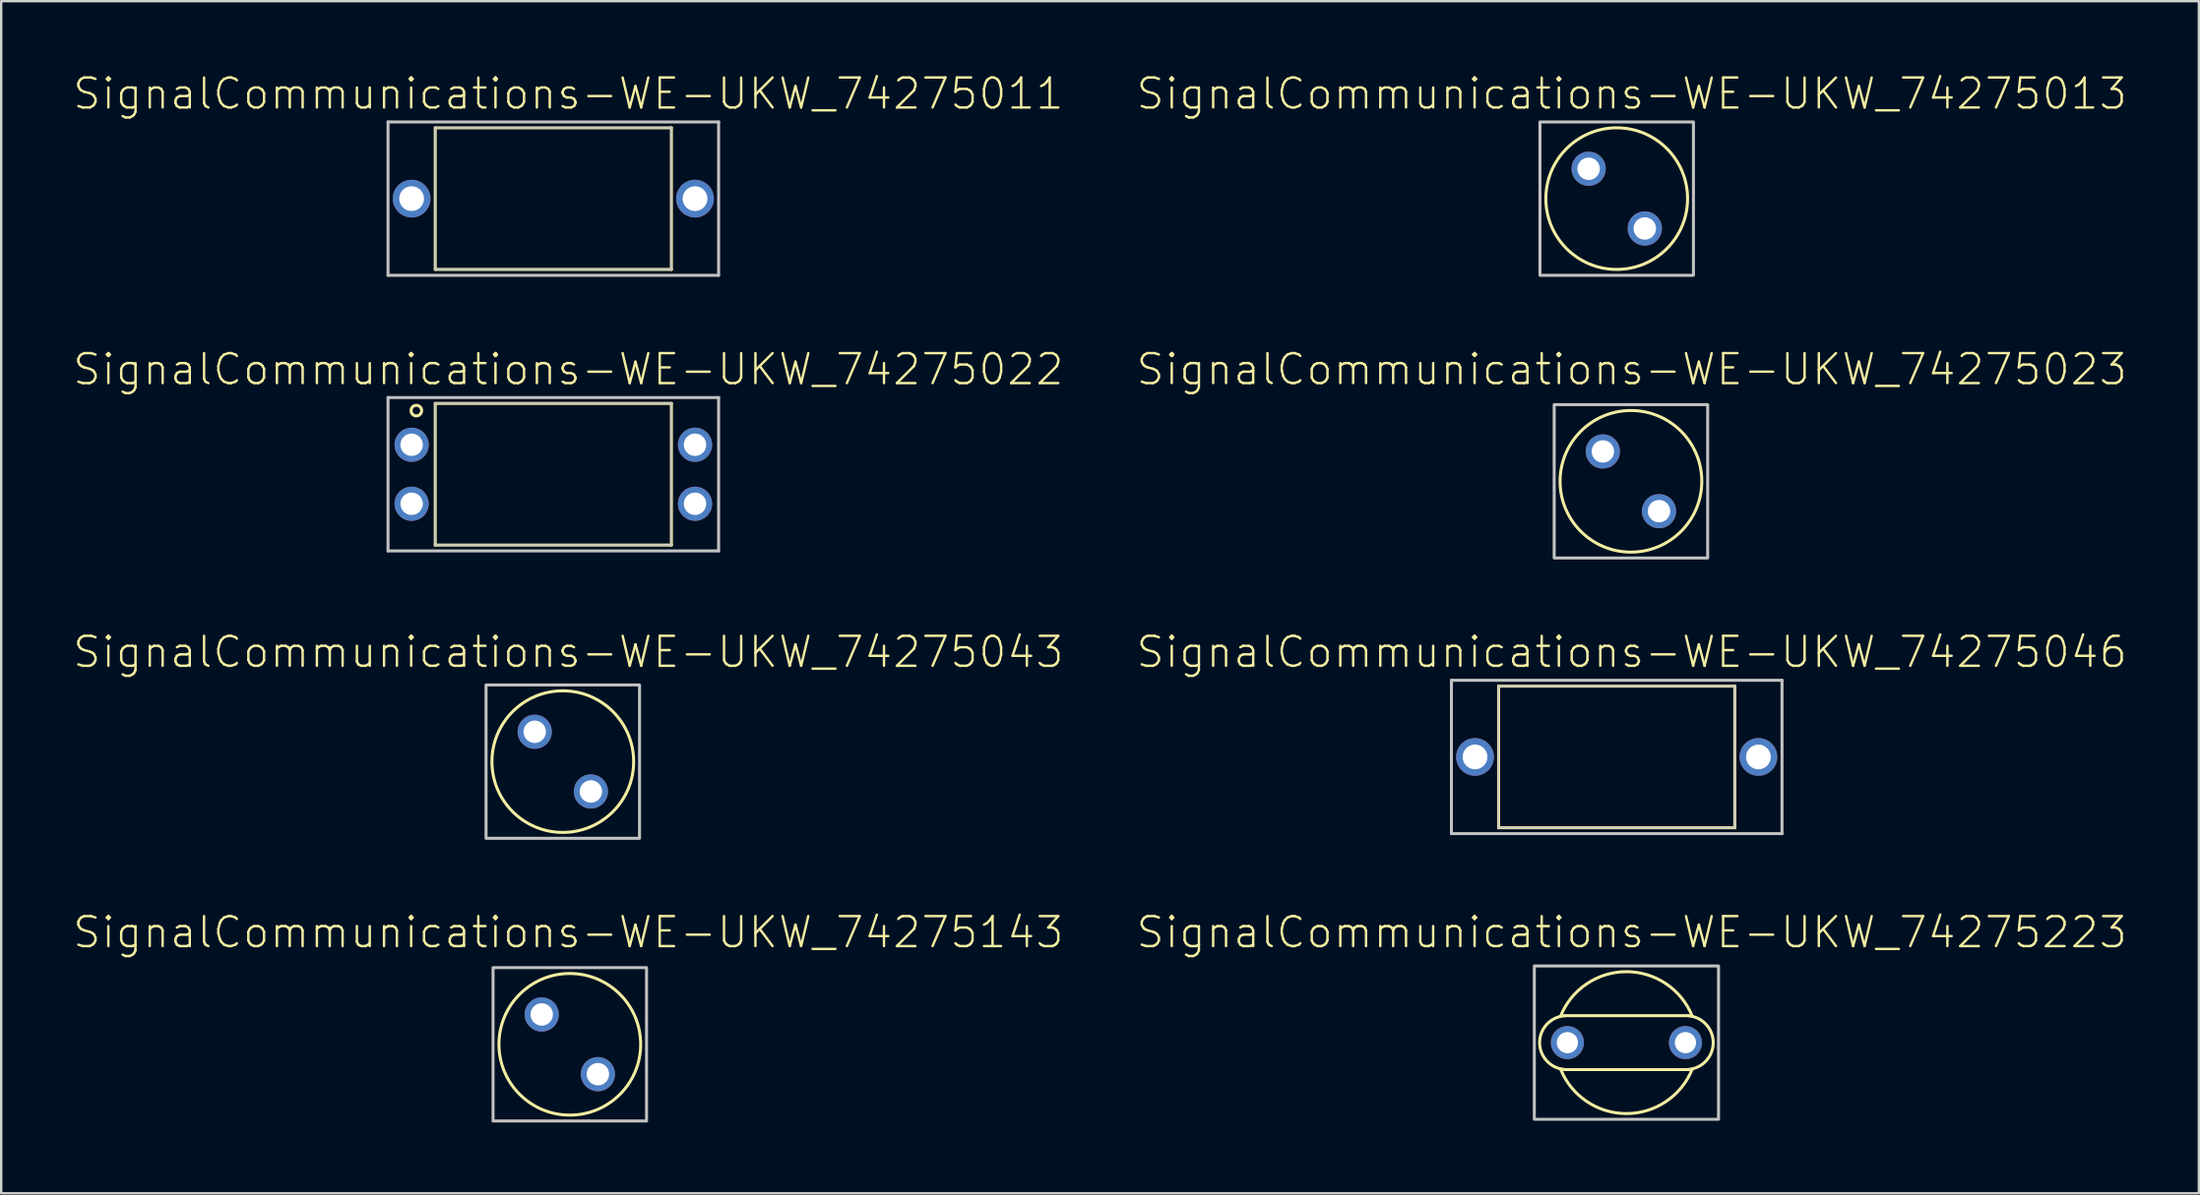
<source format=kicad_pcb>
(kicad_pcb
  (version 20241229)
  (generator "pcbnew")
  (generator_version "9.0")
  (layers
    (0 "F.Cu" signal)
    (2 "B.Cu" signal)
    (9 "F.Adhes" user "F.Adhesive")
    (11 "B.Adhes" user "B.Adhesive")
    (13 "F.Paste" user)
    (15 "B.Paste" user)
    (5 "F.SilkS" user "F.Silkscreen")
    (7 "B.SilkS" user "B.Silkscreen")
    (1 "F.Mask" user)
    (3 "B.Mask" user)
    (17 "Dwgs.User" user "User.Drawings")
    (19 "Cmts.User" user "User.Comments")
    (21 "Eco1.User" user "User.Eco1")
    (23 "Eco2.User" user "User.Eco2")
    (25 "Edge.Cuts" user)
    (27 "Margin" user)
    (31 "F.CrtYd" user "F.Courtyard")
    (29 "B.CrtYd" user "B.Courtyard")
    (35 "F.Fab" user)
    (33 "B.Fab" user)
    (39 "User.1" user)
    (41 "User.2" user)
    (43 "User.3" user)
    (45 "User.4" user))
  (footprint "SignalCommunications-WE-UKW_74275023"
    (layer "F.Cu")
    (at 65.999 17.344)
    (property "Reference" "SignalCommunications-WE-UKW_74275023" (at 0.033 -4.745 0) (layer "F.SilkS") (effects (font (size 1.27 1.27) (thickness 0.102))))
    (attr exclude_from_pos_files exclude_from_bom)
    (fp_circle (center 0 0) (end 0 -3) (stroke (width 0.127) (type solid)) (fill no) (layer "F.SilkS"))
    (fp_poly (pts (xy -3.249 -3.249) (xy 3.249 -3.249) (xy 3.249 3.249) (xy -3.249 3.249) (xy -3.249 -3.249)) (stroke (width 0.127) (type solid)) (fill no) (layer "Dwgs.User"))
    (pad "1" thru_hole circle (at -1.189 -1.265) (size 1.448 1.448) (drill 0.95) (layers "*.Cu" "*.Paste" "*.Mask"))
    (pad "2" thru_hole circle (at 1.189 1.265) (size 1.448 1.448) (drill 0.95) (layers "*.Cu" "*.Paste" "*.Mask")))
  (footprint "SignalCommunications-WE-UKW_74275022"
    (layer "F.Cu")
    (at 20.376 17.045)
    (property "Reference" "SignalCommunications-WE-UKW_74275022" (at 0.635 -4.445 0) (layer "F.SilkS") (effects (font (size 1.27 1.27) (thickness 0.102))))
    (attr exclude_from_pos_files exclude_from_bom)
    (fp_line (start -4.999 -3) (end -4.999 3) (stroke (width 0.127) (type solid)) (layer "F.SilkS"))
    (fp_line (start -4.999 3) (end 4.999 3) (stroke (width 0.127) (type solid)) (layer "F.SilkS"))
    (fp_line (start 4.999 -3) (end -4.999 -3) (stroke (width 0.127) (type solid)) (layer "F.SilkS"))
    (fp_line (start 4.999 3) (end 4.999 -3) (stroke (width 0.127) (type solid)) (layer "F.SilkS"))
    (fp_circle (center -5.799 -2.697) (end -5.799 -2.921) (stroke (width 0.127) (type solid)) (fill no) (layer "F.SilkS"))
    (fp_line (start -6.998 -3.249) (end -6.998 3.249) (stroke (width 0.127) (type solid)) (layer "Dwgs.User"))
    (fp_line (start -6.998 3.249) (end 6.998 3.249) (stroke (width 0.127) (type solid)) (layer "Dwgs.User"))
    (fp_line (start -4.999 -3) (end 4.999 -3) (stroke (width 0.066) (type solid)) (layer "Dwgs.User"))
    (fp_line (start -4.999 3) (end -4.999 -3) (stroke (width 0.066) (type solid)) (layer "Dwgs.User"))
    (fp_line (start -4.999 3) (end 4.999 3) (stroke (width 0.066) (type solid)) (layer "Dwgs.User"))
    (fp_line (start 4.999 3) (end 4.999 -3) (stroke (width 0.066) (type solid)) (layer "Dwgs.User"))
    (fp_line (start 6.998 -3.249) (end -6.998 -3.249) (stroke (width 0.127) (type solid)) (layer "Dwgs.User"))
    (fp_line (start 6.998 3.249) (end 6.998 -3.249) (stroke (width 0.127) (type solid)) (layer "Dwgs.User"))
    (pad "1" thru_hole circle (at -5.999 -1.25) (size 1.448 1.448) (drill 0.95) (layers "*.Cu" "*.Paste" "*.Mask"))
    (pad "2" thru_hole circle (at -5.999 1.25) (size 1.448 1.448) (drill 0.95) (layers "*.Cu" "*.Paste" "*.Mask"))
    (pad "3" thru_hole circle (at 5.999 1.25) (size 1.448 1.448) (drill 0.95) (layers "*.Cu" "*.Paste" "*.Mask"))
    (pad "4" thru_hole circle (at 5.999 -1.25) (size 1.448 1.448) (drill 0.95) (layers "*.Cu" "*.Paste" "*.Mask")))
  (footprint "SignalCommunications-WE-UKW_74275043"
    (layer "F.Cu")
    (at 20.777 29.221)
    (property "Reference" "SignalCommunications-WE-UKW_74275043" (at 0.234 -4.643 0) (layer "F.SilkS") (effects (font (size 1.27 1.27) (thickness 0.102))))
    (attr exclude_from_pos_files exclude_from_bom)
    (fp_circle (center 0 0) (end 0 -3) (stroke (width 0.127) (type solid)) (fill no) (layer "F.SilkS"))
    (fp_poly (pts (xy -3.249 -3.249) (xy 3.249 -3.249) (xy 3.249 3.249) (xy -3.249 3.249) (xy -3.249 -3.249)) (stroke (width 0.127) (type solid)) (fill no) (layer "Dwgs.User"))
    (pad "1" thru_hole circle (at -1.189 -1.265) (size 1.448 1.448) (drill 0.95) (layers "*.Cu" "*.Paste" "*.Mask"))
    (pad "2" thru_hole circle (at 1.189 1.265) (size 1.448 1.448) (drill 0.95) (layers "*.Cu" "*.Paste" "*.Mask")))
  (footprint "SignalCommunications-WE-UKW_74275011"
    (layer "F.Cu")
    (at 20.376 5.366)
    (property "Reference" "SignalCommunications-WE-UKW_74275011" (at 0.635 -4.445 0) (layer "F.SilkS") (effects (font (size 1.27 1.27) (thickness 0.102))))
    (attr exclude_from_pos_files exclude_from_bom)
    (fp_line (start -4.999 -3) (end -4.999 3) (stroke (width 0.127) (type solid)) (layer "F.SilkS"))
    (fp_line (start -4.999 3) (end 4.999 3) (stroke (width 0.127) (type solid)) (layer "F.SilkS"))
    (fp_line (start 4.999 -3) (end -4.999 -3) (stroke (width 0.127) (type solid)) (layer "F.SilkS"))
    (fp_line (start 4.999 3) (end 4.999 -3) (stroke (width 0.127) (type solid)) (layer "F.SilkS"))
    (fp_line (start -6.998 -3.249) (end -6.998 3.249) (stroke (width 0.127) (type solid)) (layer "Dwgs.User"))
    (fp_line (start -6.998 3.249) (end 6.998 3.249) (stroke (width 0.127) (type solid)) (layer "Dwgs.User"))
    (fp_line (start -4.999 -3) (end 4.999 -3) (stroke (width 0.066) (type solid)) (layer "Dwgs.User"))
    (fp_line (start -4.999 3) (end -4.999 -3) (stroke (width 0.066) (type solid)) (layer "Dwgs.User"))
    (fp_line (start -4.999 3) (end 4.999 3) (stroke (width 0.066) (type solid)) (layer "Dwgs.User"))
    (fp_line (start 4.999 3) (end 4.999 -3) (stroke (width 0.066) (type solid)) (layer "Dwgs.User"))
    (fp_line (start 6.998 -3.249) (end -6.998 -3.249) (stroke (width 0.127) (type solid)) (layer "Dwgs.User"))
    (fp_line (start 6.998 3.249) (end 6.998 -3.249) (stroke (width 0.127) (type solid)) (layer "Dwgs.User"))
    (pad "1" thru_hole circle (at -5.999 0) (size 1.598 1.598) (drill 1.049) (layers "*.Cu" "*.Paste" "*.Mask"))
    (pad "2" thru_hole circle (at 5.999 0) (size 1.598 1.598) (drill 1.049) (layers "*.Cu" "*.Paste" "*.Mask")))
  (footprint "SignalCommunications-WE-UKW_74275046"
    (layer "F.Cu")
    (at 65.397 29.023)
    (property "Reference" "SignalCommunications-WE-UKW_74275046" (at 0.635 -4.445 0) (layer "F.SilkS") (effects (font (size 1.27 1.27) (thickness 0.102))))
    (attr exclude_from_pos_files exclude_from_bom)
    (fp_line (start -4.999 -3) (end -4.999 3) (stroke (width 0.127) (type solid)) (layer "F.SilkS"))
    (fp_line (start -4.999 3) (end 4.999 3) (stroke (width 0.127) (type solid)) (layer "F.SilkS"))
    (fp_line (start 4.999 -3) (end -4.999 -3) (stroke (width 0.127) (type solid)) (layer "F.SilkS"))
    (fp_line (start 4.999 3) (end 4.999 -3) (stroke (width 0.127) (type solid)) (layer "F.SilkS"))
    (fp_line (start -6.998 -3.249) (end -6.998 3.249) (stroke (width 0.127) (type solid)) (layer "Dwgs.User"))
    (fp_line (start -6.998 3.249) (end 6.998 3.249) (stroke (width 0.127) (type solid)) (layer "Dwgs.User"))
    (fp_line (start -4.999 -3) (end 4.999 -3) (stroke (width 0.066) (type solid)) (layer "Dwgs.User"))
    (fp_line (start -4.999 3) (end -4.999 -3) (stroke (width 0.066) (type solid)) (layer "Dwgs.User"))
    (fp_line (start -4.999 3) (end 4.999 3) (stroke (width 0.066) (type solid)) (layer "Dwgs.User"))
    (fp_line (start 4.999 3) (end 4.999 -3) (stroke (width 0.066) (type solid)) (layer "Dwgs.User"))
    (fp_line (start 6.998 -3.249) (end -6.998 -3.249) (stroke (width 0.127) (type solid)) (layer "Dwgs.User"))
    (fp_line (start 6.998 3.249) (end 6.998 -3.249) (stroke (width 0.127) (type solid)) (layer "Dwgs.User"))
    (pad "1" thru_hole circle (at -5.999 0) (size 1.598 1.598) (drill 1.049) (layers "*.Cu" "*.Paste" "*.Mask"))
    (pad "2" thru_hole circle (at 5.999 0) (size 1.598 1.598) (drill 1.049) (layers "*.Cu" "*.Paste" "*.Mask")))
  (footprint "SignalCommunications-WE-UKW_74275223"
    (layer "F.Cu")
    (at 65.808 41.128)
    (property "Reference" "SignalCommunications-WE-UKW_74275223" (at 0.224 -4.674 0) (layer "F.SilkS") (effects (font (size 1.27 1.27) (thickness 0.102))))
    (attr exclude_from_pos_files exclude_from_bom)
    (fp_line (start -2.624 -1.143) (end 2.624 -1.143) (stroke (width 0.127) (type solid)) (layer "F.SilkS"))
    (fp_line (start -2.624 1.143) (end 2.624 1.143) (stroke (width 0.127) (type solid)) (layer "F.SilkS"))
    (fp_arc (start -2.78892 -1.1176) (mid -0.000398 -3.00611) (end 2.788625 -1.118339) (stroke (width 0.127) (type solid)) (layer "F.SilkS"))
    (fp_arc (start -2.60858 1.13792) (mid -3.675221 0.000921) (end -2.610419 -1.137799) (stroke (width 0.127) (type solid)) (layer "F.SilkS"))
    (fp_arc (start 2.60858 -1.13792) (mid 3.675221 -0.000921) (end 2.610419 1.137799) (stroke (width 0.127) (type solid)) (layer "F.SilkS"))
    (fp_arc (start 2.78892 1.1176) (mid 0.000398 3.00611) (end -2.788625 1.118339) (stroke (width 0.127) (type solid)) (layer "F.SilkS"))
    (fp_poly (pts (xy -3.899 -3.249) (xy 3.899 -3.249) (xy 3.899 3.249) (xy -3.899 3.249) (xy -3.899 -3.249)) (stroke (width 0.127) (type solid)) (fill no) (layer "Dwgs.User"))
    (pad "1" thru_hole circle (at -2.499 0) (size 1.4 1.4) (drill 0.899) (layers "*.Cu" "*.Paste" "*.Mask"))
    (pad "2" thru_hole circle (at 2.499 0) (size 1.4 1.4) (drill 0.899) (layers "*.Cu" "*.Paste" "*.Mask")))
  (footprint "SignalCommunications-WE-UKW_74275013"
    (layer "F.Cu")
    (at 65.397 5.366)
    (property "Reference" "SignalCommunications-WE-UKW_74275013" (at 0.635 -4.445 0) (layer "F.SilkS") (effects (font (size 1.27 1.27) (thickness 0.102))))
    (attr exclude_from_pos_files exclude_from_bom)
    (fp_circle (center 0 0) (end 0 -3) (stroke (width 0.127) (type solid)) (fill no) (layer "F.SilkS"))
    (fp_poly (pts (xy 3.249 -3.249) (xy 3.249 3.249) (xy -3.249 3.249) (xy -3.249 -3.249) (xy 3.249 -3.249)) (stroke (width 0.127) (type solid)) (fill no) (layer "Dwgs.User"))
    (pad "1" thru_hole circle (at -1.189 -1.265) (size 1.448 1.448) (drill 0.95) (layers "*.Cu" "*.Paste" "*.Mask"))
    (pad "2" thru_hole circle (at 1.189 1.265) (size 1.448 1.448) (drill 0.95) (layers "*.Cu" "*.Paste" "*.Mask")))
  (footprint "SignalCommunications-WE-UKW_74275143"
    (layer "F.Cu")
    (at 21.074 41.199)
    (property "Reference" "SignalCommunications-WE-UKW_74275143" (at -0.064 -4.745 0) (layer "F.SilkS") (effects (font (size 1.27 1.27) (thickness 0.102))))
    (attr exclude_from_pos_files exclude_from_bom)
    (fp_circle (center 0 0) (end 0 -3) (stroke (width 0.127) (type solid)) (fill no) (layer "F.SilkS"))
    (fp_poly (pts (xy -3.249 -3.249) (xy 3.249 -3.249) (xy 3.249 3.249) (xy -3.249 3.249) (xy -3.249 -3.249)) (stroke (width 0.127) (type solid)) (fill no) (layer "Dwgs.User"))
    (pad "1" thru_hole circle (at -1.189 -1.265) (size 1.448 1.448) (drill 0.95) (layers "*.Cu" "*.Paste" "*.Mask"))
    (pad "2" thru_hole circle (at 1.189 1.265) (size 1.448 1.448) (drill 0.95) (layers "*.Cu" "*.Paste" "*.Mask")))
  (gr_rect
    (start -3 -3)
    (end 90.043 47.511)
    (stroke (width 0.1) (type default))
    (fill no)
    (layer "Edge.Cuts")))
</source>
